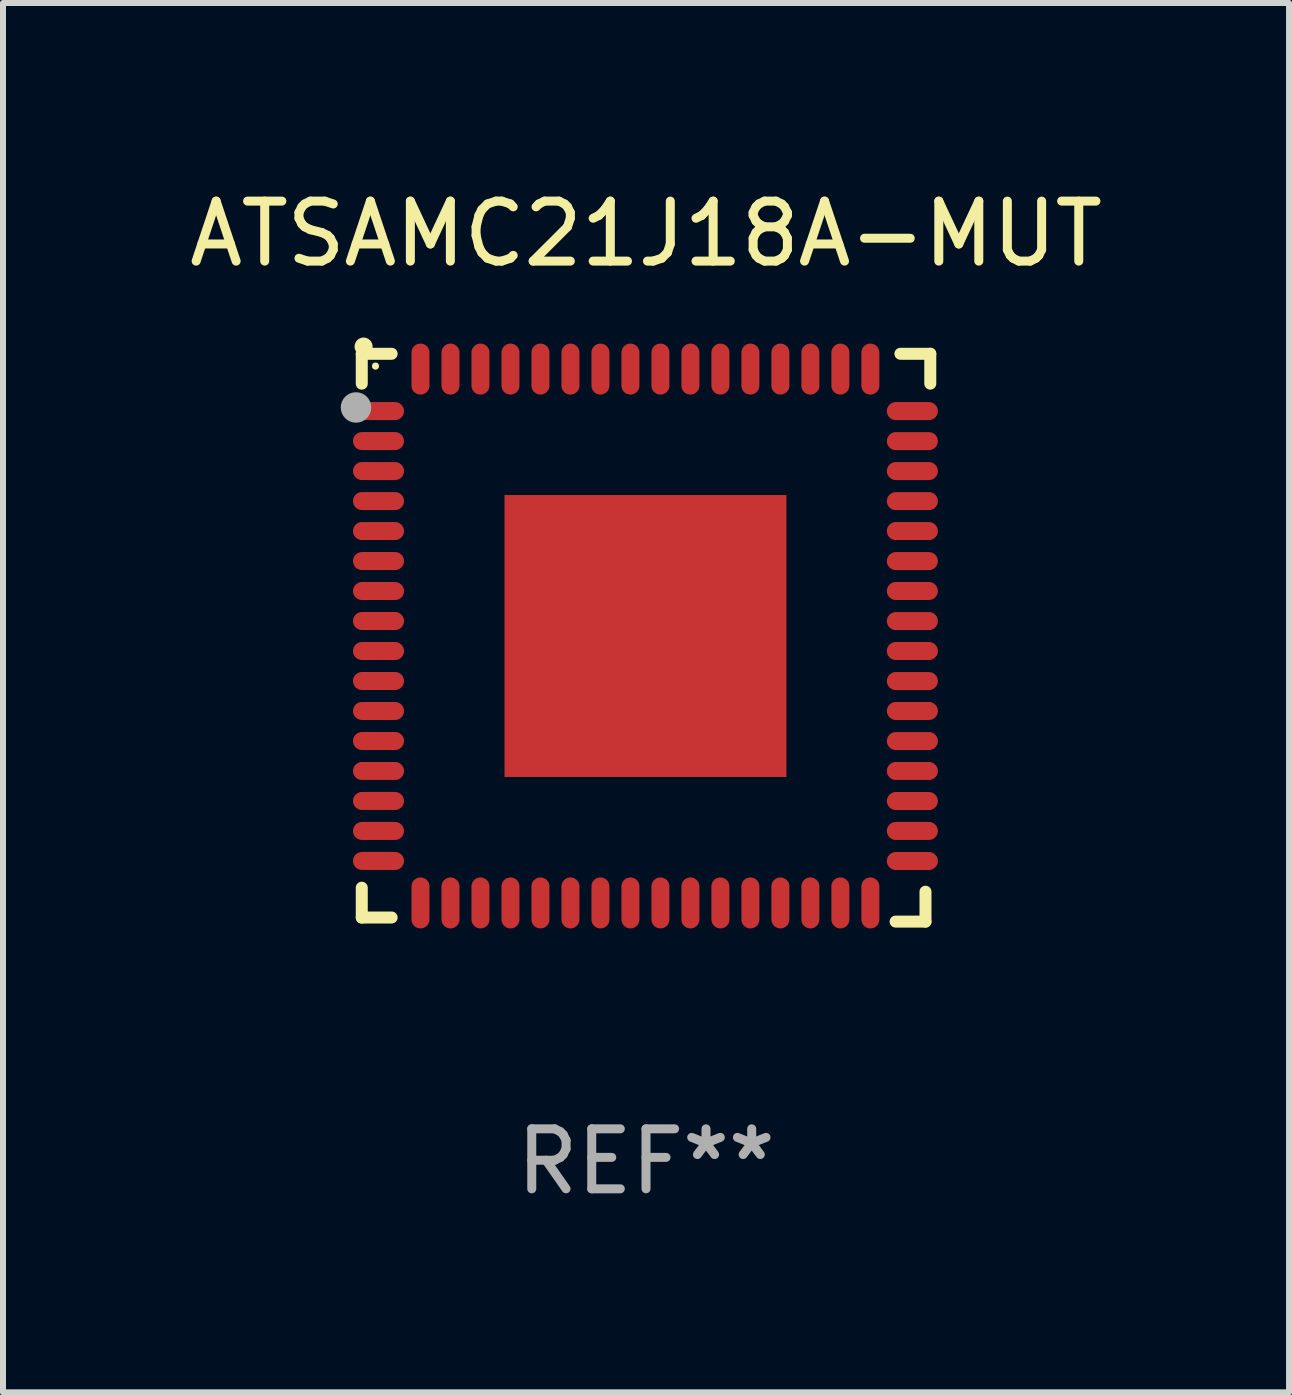
<source format=kicad_pcb>
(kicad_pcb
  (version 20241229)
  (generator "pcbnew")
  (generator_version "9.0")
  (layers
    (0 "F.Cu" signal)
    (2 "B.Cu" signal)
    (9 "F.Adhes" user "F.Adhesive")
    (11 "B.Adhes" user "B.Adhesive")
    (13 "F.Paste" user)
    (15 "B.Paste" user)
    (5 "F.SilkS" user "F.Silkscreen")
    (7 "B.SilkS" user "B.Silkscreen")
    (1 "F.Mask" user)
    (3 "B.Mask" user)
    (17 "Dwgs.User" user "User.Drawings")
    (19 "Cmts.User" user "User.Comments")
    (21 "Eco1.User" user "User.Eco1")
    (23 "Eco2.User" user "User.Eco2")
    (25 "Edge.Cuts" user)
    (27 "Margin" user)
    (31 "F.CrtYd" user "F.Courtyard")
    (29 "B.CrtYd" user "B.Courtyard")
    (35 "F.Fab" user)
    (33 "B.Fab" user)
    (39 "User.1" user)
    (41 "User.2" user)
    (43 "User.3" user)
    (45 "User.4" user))
  (footprint "ATSAMC21J18A-MUT"
    (layer "F.Cu")
    (at 7.72 7.581)
    (property "Reference" "ATSAMC21J18A-MUT" (at 0 -6.733 0) (layer "F.SilkS") (effects (font (size 1 1) (thickness 0.15))))
    (attr through_hole)
    (fp_line (start -4.739 -4.733) (end -4.241 -4.733) (stroke (width 0.2) (type solid)) (layer "F.SilkS"))
    (fp_line (start -4.739 -4.235) (end -4.739 -4.733) (stroke (width 0.2) (type solid)) (layer "F.SilkS"))
    (fp_line (start -4.739 4.168) (end -4.739 4.665) (stroke (width 0.2) (type solid)) (layer "F.SilkS"))
    (fp_line (start -4.739 4.665) (end -4.241 4.665) (stroke (width 0.2) (type solid)) (layer "F.SilkS"))
    (fp_line (start 4.161 4.733) (end 4.659 4.733) (stroke (width 0.2) (type solid)) (layer "F.SilkS"))
    (fp_line (start 4.241 -4.733) (end 4.739 -4.733) (stroke (width 0.2) (type solid)) (layer "F.SilkS"))
    (fp_line (start 4.659 4.733) (end 4.659 4.235) (stroke (width 0.2) (type solid)) (layer "F.SilkS"))
    (fp_line (start 4.739 -4.733) (end 4.739 -4.235) (stroke (width 0.2) (type solid)) (layer "F.SilkS"))
    (fp_arc (start -4.708623 -4.85108) (mid -4.708628 -4.85235) (end -4.708623 -4.85362) (stroke (width 0.3) (type solid)) (layer "F.SilkS"))
    (fp_circle (center -4.51 -4.528) (end -4.48 -4.528) (stroke (width 0.06) (type solid)) (fill no) (layer "F.SilkS"))
    (fp_circle (center -4.835 -3.838) (end -4.708 -3.838) (stroke (width 0.254) (type solid)) (fill no) (layer "F.Fab"))
    (fp_text user "REF**" (at 0 8.733 0) (layer "F.Fab") (effects (font (size 1 1) (thickness 0.15))))
    (pad "1" smd oval (at -4.46 -3.778) (size 0.85 0.3) (layers "F.Cu" "F.Mask" "F.Paste"))
    (pad "2" smd oval (at -4.46 -3.278) (size 0.85 0.3) (layers "F.Cu" "F.Mask" "F.Paste"))
    (pad "3" smd oval (at -4.46 -2.778) (size 0.85 0.3) (layers "F.Cu" "F.Mask" "F.Paste"))
    (pad "4" smd oval (at -4.46 -2.278) (size 0.85 0.3) (layers "F.Cu" "F.Mask" "F.Paste"))
    (pad "5" smd oval (at -4.46 -1.778) (size 0.85 0.3) (layers "F.Cu" "F.Mask" "F.Paste"))
    (pad "6" smd oval (at -4.46 -1.278) (size 0.85 0.3) (layers "F.Cu" "F.Mask" "F.Paste"))
    (pad "7" smd oval (at -4.46 -0.778) (size 0.85 0.3) (layers "F.Cu" "F.Mask" "F.Paste"))
    (pad "8" smd oval (at -4.46 -0.278) (size 0.85 0.3) (layers "F.Cu" "F.Mask" "F.Paste"))
    (pad "9" smd oval (at -4.46 0.222) (size 0.85 0.3) (layers "F.Cu" "F.Mask" "F.Paste"))
    (pad "10" smd oval (at -4.46 0.722) (size 0.85 0.3) (layers "F.Cu" "F.Mask" "F.Paste"))
    (pad "11" smd oval (at -4.46 1.222) (size 0.85 0.3) (layers "F.Cu" "F.Mask" "F.Paste"))
    (pad "12" smd oval (at -4.46 1.722) (size 0.85 0.3) (layers "F.Cu" "F.Mask" "F.Paste"))
    (pad "13" smd oval (at -4.46 2.222) (size 0.85 0.3) (layers "F.Cu" "F.Mask" "F.Paste"))
    (pad "14" smd oval (at -4.46 2.722) (size 0.85 0.3) (layers "F.Cu" "F.Mask" "F.Paste"))
    (pad "15" smd oval (at -4.46 3.222) (size 0.85 0.3) (layers "F.Cu" "F.Mask" "F.Paste"))
    (pad "16" smd oval (at -4.46 3.722) (size 0.85 0.3) (layers "F.Cu" "F.Mask" "F.Paste"))
    (pad "17" smd oval (at -3.76 4.422) (size 0.3 0.85) (layers "F.Cu" "F.Mask" "F.Paste"))
    (pad "18" smd oval (at -3.26 4.422) (size 0.3 0.85) (layers "F.Cu" "F.Mask" "F.Paste"))
    (pad "19" smd oval (at -2.76 4.422) (size 0.3 0.85) (layers "F.Cu" "F.Mask" "F.Paste"))
    (pad "20" smd oval (at -2.26 4.422) (size 0.3 0.85) (layers "F.Cu" "F.Mask" "F.Paste"))
    (pad "21" smd oval (at -1.76 4.422) (size 0.3 0.85) (layers "F.Cu" "F.Mask" "F.Paste"))
    (pad "22" smd oval (at -1.26 4.422) (size 0.3 0.85) (layers "F.Cu" "F.Mask" "F.Paste"))
    (pad "23" smd oval (at -0.76 4.422) (size 0.3 0.85) (layers "F.Cu" "F.Mask" "F.Paste"))
    (pad "24" smd oval (at -0.26 4.422) (size 0.3 0.85) (layers "F.Cu" "F.Mask" "F.Paste"))
    (pad "25" smd oval (at 0.24 4.422) (size 0.3 0.85) (layers "F.Cu" "F.Mask" "F.Paste"))
    (pad "26" smd oval (at 0.74 4.422) (size 0.3 0.85) (layers "F.Cu" "F.Mask" "F.Paste"))
    (pad "27" smd oval (at 1.24 4.422) (size 0.3 0.85) (layers "F.Cu" "F.Mask" "F.Paste"))
    (pad "28" smd oval (at 1.74 4.422) (size 0.3 0.85) (layers "F.Cu" "F.Mask" "F.Paste"))
    (pad "29" smd oval (at 2.24 4.422) (size 0.3 0.85) (layers "F.Cu" "F.Mask" "F.Paste"))
    (pad "30" smd oval (at 2.74 4.422) (size 0.3 0.85) (layers "F.Cu" "F.Mask" "F.Paste"))
    (pad "31" smd oval (at 3.24 4.422) (size 0.3 0.85) (layers "F.Cu" "F.Mask" "F.Paste"))
    (pad "32" smd oval (at 3.74 4.422) (size 0.3 0.85) (layers "F.Cu" "F.Mask" "F.Paste"))
    (pad "33" smd oval (at 4.44 3.723) (size 0.85 0.3) (layers "F.Cu" "F.Mask" "F.Paste"))
    (pad "34" smd oval (at 4.44 3.222) (size 0.85 0.3) (layers "F.Cu" "F.Mask" "F.Paste"))
    (pad "35" smd oval (at 4.44 2.723) (size 0.85 0.3) (layers "F.Cu" "F.Mask" "F.Paste"))
    (pad "36" smd oval (at 4.44 2.222) (size 0.85 0.3) (layers "F.Cu" "F.Mask" "F.Paste"))
    (pad "37" smd oval (at 4.44 1.723) (size 0.85 0.3) (layers "F.Cu" "F.Mask" "F.Paste"))
    (pad "38" smd oval (at 4.44 1.222) (size 0.85 0.3) (layers "F.Cu" "F.Mask" "F.Paste"))
    (pad "39" smd oval (at 4.44 0.723) (size 0.85 0.3) (layers "F.Cu" "F.Mask" "F.Paste"))
    (pad "40" smd oval (at 4.44 0.222) (size 0.85 0.3) (layers "F.Cu" "F.Mask" "F.Paste"))
    (pad "41" smd oval (at 4.44 -0.277) (size 0.85 0.3) (layers "F.Cu" "F.Mask" "F.Paste"))
    (pad "42" smd oval (at 4.44 -0.778) (size 0.85 0.3) (layers "F.Cu" "F.Mask" "F.Paste"))
    (pad "43" smd oval (at 4.44 -1.277) (size 0.85 0.3) (layers "F.Cu" "F.Mask" "F.Paste"))
    (pad "44" smd oval (at 4.44 -1.778) (size 0.85 0.3) (layers "F.Cu" "F.Mask" "F.Paste"))
    (pad "45" smd oval (at 4.44 -2.277) (size 0.85 0.3) (layers "F.Cu" "F.Mask" "F.Paste"))
    (pad "46" smd oval (at 4.44 -2.778) (size 0.85 0.3) (layers "F.Cu" "F.Mask" "F.Paste"))
    (pad "47" smd oval (at 4.44 -3.277) (size 0.85 0.3) (layers "F.Cu" "F.Mask" "F.Paste"))
    (pad "48" smd oval (at 4.44 -3.778) (size 0.85 0.3) (layers "F.Cu" "F.Mask" "F.Paste"))
    (pad "49" smd oval (at 3.74 -4.478) (size 0.3 0.85) (layers "F.Cu" "F.Mask" "F.Paste"))
    (pad "50" smd oval (at 3.24 -4.478) (size 0.3 0.85) (layers "F.Cu" "F.Mask" "F.Paste"))
    (pad "51" smd oval (at 2.74 -4.478) (size 0.3 0.85) (layers "F.Cu" "F.Mask" "F.Paste"))
    (pad "52" smd oval (at 2.24 -4.478) (size 0.3 0.85) (layers "F.Cu" "F.Mask" "F.Paste"))
    (pad "53" smd oval (at 1.74 -4.478) (size 0.3 0.85) (layers "F.Cu" "F.Mask" "F.Paste"))
    (pad "54" smd oval (at 1.24 -4.478) (size 0.3 0.85) (layers "F.Cu" "F.Mask" "F.Paste"))
    (pad "55" smd oval (at 0.74 -4.478) (size 0.3 0.85) (layers "F.Cu" "F.Mask" "F.Paste"))
    (pad "56" smd oval (at 0.24 -4.478) (size 0.3 0.85) (layers "F.Cu" "F.Mask" "F.Paste"))
    (pad "57" smd oval (at -0.26 -4.478) (size 0.3 0.85) (layers "F.Cu" "F.Mask" "F.Paste"))
    (pad "58" smd oval (at -0.76 -4.478) (size 0.3 0.85) (layers "F.Cu" "F.Mask" "F.Paste"))
    (pad "59" smd oval (at -1.26 -4.478) (size 0.3 0.85) (layers "F.Cu" "F.Mask" "F.Paste"))
    (pad "60" smd oval (at -1.76 -4.478) (size 0.3 0.85) (layers "F.Cu" "F.Mask" "F.Paste"))
    (pad "61" smd oval (at -2.26 -4.478) (size 0.3 0.85) (layers "F.Cu" "F.Mask" "F.Paste"))
    (pad "62" smd oval (at -2.76 -4.478) (size 0.3 0.85) (layers "F.Cu" "F.Mask" "F.Paste"))
    (pad "63" smd oval (at -3.26 -4.478) (size 0.3 0.85) (layers "F.Cu" "F.Mask" "F.Paste"))
    (pad "64" smd oval (at -3.76 -4.478) (size 0.3 0.85) (layers "F.Cu" "F.Mask" "F.Paste"))
    (pad "65" smd rect (at -0.009 -0.028 90) (size 4.7 4.7) (layers "F.Cu" "F.Mask" "F.Paste")))
  (gr_rect
    (start -3 -3)
    (end 18.44 20.162)
    (stroke (width 0.1) (type default))
    (fill no)
    (layer "Edge.Cuts")))
</source>
